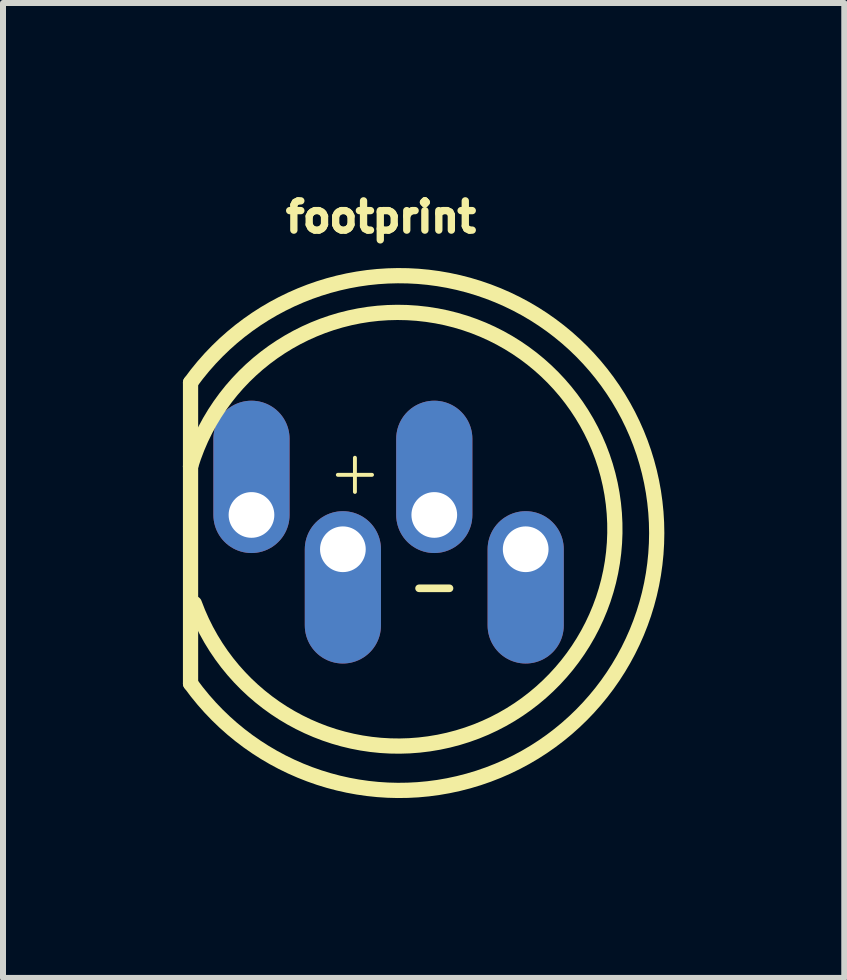
<source format=kicad_pcb>
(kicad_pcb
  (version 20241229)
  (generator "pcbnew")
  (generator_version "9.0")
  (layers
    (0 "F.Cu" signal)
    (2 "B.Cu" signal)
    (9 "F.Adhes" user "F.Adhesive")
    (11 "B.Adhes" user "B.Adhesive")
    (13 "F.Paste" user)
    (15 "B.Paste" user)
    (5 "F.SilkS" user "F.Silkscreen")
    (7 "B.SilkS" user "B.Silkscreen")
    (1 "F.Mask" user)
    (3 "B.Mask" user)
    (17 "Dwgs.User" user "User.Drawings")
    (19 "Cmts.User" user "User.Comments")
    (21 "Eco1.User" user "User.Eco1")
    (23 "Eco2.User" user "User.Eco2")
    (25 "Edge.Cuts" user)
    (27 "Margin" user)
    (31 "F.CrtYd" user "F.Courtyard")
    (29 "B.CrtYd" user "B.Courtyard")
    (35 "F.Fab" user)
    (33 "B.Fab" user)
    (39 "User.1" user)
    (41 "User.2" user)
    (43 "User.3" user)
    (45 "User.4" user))
  (footprint "footprint"
    (layer "F.Cu")
    (at 3.302 6.187)
    (property "Reference" "footprint" (at 0 -5.334 0) (layer "F.SilkS") (effects (font (size 0.488 0.488) (thickness 0.122)) (justify bottom)))
    (fp_poly (pts (xy 1.048 -1.118) (xy 1.19 -1.043) (xy 1.306 -0.924) (xy 1.396 -0.629) (xy 1.369 -0.469) (xy 1.297 -0.33) (xy 1.185 -0.22) (xy 1.044 -0.149) (xy 0.889 -0.126) (xy 0.736 -0.147) (xy 0.595 -0.215) (xy 0.479 -0.326) (xy 0.38 -0.608) (xy 0.402 -0.774) (xy 0.472 -0.921) (xy 0.588 -1.043) (xy 0.884 -1.147)) (stroke (width 0) (type solid)) (fill yes) (layer "F.Mask"))
    (fp_poly (pts (xy -2 -1.118) (xy -1.858 -1.043) (xy -1.742 -0.924) (xy -1.654 -0.634) (xy -1.654 -0.62) (xy -1.679 -0.469) (xy -1.751 -0.33) (xy -1.863 -0.22) (xy -2.004 -0.149) (xy -2.15 -0.128) (xy -2.159 -0.19) (xy -2.167 -0.128) (xy -2.312 -0.147) (xy -2.453 -0.215) (xy -2.569 -0.326) (xy -2.668 -0.608) (xy -2.646 -0.774) (xy -2.576 -0.921) (xy -2.46 -1.043) (xy -2.164 -1.147)) (stroke (width 0) (type solid)) (fill yes) (layer "F.Mask"))
    (fp_poly (pts (xy 2.572 -0.547) (xy 2.714 -0.472) (xy 2.83 -0.352) (xy 2.92 -0.058) (xy 2.893 0.102) (xy 2.821 0.242) (xy 2.709 0.352) (xy 2.568 0.422) (xy 2.413 0.445) (xy 2.26 0.424) (xy 2.119 0.357) (xy 2.003 0.246) (xy 1.909 -0.022) (xy 1.968 -0.043) (xy 1.906 -0.052) (xy 1.926 -0.203) (xy 1.996 -0.35) (xy 2.108 -0.468) (xy 2.251 -0.545) (xy 2.402 -0.573) (xy 2.413 -0.511) (xy 2.424 -0.573)) (stroke (width 0) (type solid)) (fill yes) (layer "F.Mask"))
    (fp_poly (pts (xy -0.476 -0.547) (xy -0.334 -0.472) (xy -0.218 -0.352) (xy -0.13 -0.063) (xy -0.13 -0.048) (xy -0.155 0.102) (xy -0.227 0.242) (xy -0.339 0.352) (xy -0.48 0.422) (xy -0.626 0.444) (xy -0.635 0.381) (xy -0.643 0.444) (xy -0.788 0.424) (xy -0.929 0.357) (xy -1.045 0.246) (xy -1.139 -0.022) (xy -1.08 -0.043) (xy -1.142 -0.052) (xy -1.122 -0.203) (xy -1.052 -0.35) (xy -0.94 -0.468) (xy -0.797 -0.545) (xy -0.646 -0.573) (xy -0.635 -0.511) (xy -0.624 -0.573)) (stroke (width 0) (type solid)) (fill yes) (layer "F.Mask"))
    (fp_poly (pts (xy -1.975 -2.593) (xy -1.803 -2.522) (xy -1.655 -2.409) (xy -1.542 -2.261) (xy -1.471 -2.089) (xy -1.448 -1.912) (xy -1.448 -0.654) (xy -1.471 -0.476) (xy -1.542 -0.304) (xy -1.655 -0.157) (xy -1.803 -0.044) (xy -1.975 0.027) (xy -2.159 0.052) (xy -2.343 0.027) (xy -2.515 -0.044) (xy -2.663 -0.157) (xy -2.78 -0.31) (xy -2.87 -0.647) (xy -2.87 -1.962) (xy -2.849 -2.127) (xy -2.782 -2.286) (xy -2.677 -2.423) (xy -2.535 -2.533) (xy -2.223 -2.616) (xy -2.152 -2.616)) (stroke (width 0) (type solid)) (fill yes) (layer "B.Mask"))
    (fp_poly (pts (xy 1.073 -2.593) (xy 1.245 -2.522) (xy 1.393 -2.409) (xy 1.506 -2.261) (xy 1.577 -2.089) (xy 1.6 -1.912) (xy 1.6 -0.654) (xy 1.577 -0.476) (xy 1.506 -0.304) (xy 1.393 -0.157) (xy 1.245 -0.044) (xy 1.073 0.027) (xy 0.889 0.052) (xy 0.705 0.027) (xy 0.533 -0.044) (xy 0.385 -0.157) (xy 0.268 -0.31) (xy 0.178 -0.647) (xy 0.178 -1.962) (xy 0.199 -2.127) (xy 0.266 -2.286) (xy 0.371 -2.423) (xy 0.513 -2.533) (xy 0.825 -2.616) (xy 0.896 -2.616)) (stroke (width 0) (type solid)) (fill yes) (layer "B.Mask"))
    (fp_poly (pts (xy -0.533 -0.75) (xy -0.451 -0.739) (xy -0.279 -0.667) (xy -0.131 -0.554) (xy -0.018 -0.407) (xy 0.053 -0.235) (xy 0.076 -0.057) (xy 0.076 1.2) (xy 0.053 1.378) (xy -0.018 1.55) (xy -0.131 1.697) (xy -0.279 1.81) (xy -0.451 1.882) (xy -0.635 1.906) (xy -0.819 1.882) (xy -0.991 1.81) (xy -1.139 1.697) (xy -1.256 1.544) (xy -1.346 1.207) (xy -1.346 -0.203) (xy -1.334 -0.203) (xy -1.325 -0.273) (xy -1.258 -0.432) (xy -1.153 -0.569) (xy -1.011 -0.678) (xy -0.699 -0.762) (xy -0.533 -0.762)) (stroke (width 0) (type solid)) (fill yes) (layer "B.Mask"))
    (fp_poly (pts (xy 2.515 -0.775) (xy 2.597 -0.764) (xy 2.769 -0.693) (xy 2.917 -0.58) (xy 3.03 -0.432) (xy 3.101 -0.26) (xy 3.124 -0.083) (xy 3.124 1.175) (xy 3.101 1.353) (xy 3.03 1.524) (xy 2.917 1.672) (xy 2.769 1.785) (xy 2.597 1.856) (xy 2.413 1.88) (xy 2.229 1.856) (xy 2.057 1.785) (xy 1.909 1.672) (xy 1.792 1.519) (xy 1.702 1.182) (xy 1.702 -0.229) (xy 1.714 -0.229) (xy 1.723 -0.298) (xy 1.79 -0.458) (xy 1.895 -0.595) (xy 2.037 -0.704) (xy 2.349 -0.787) (xy 2.515 -0.787)) (stroke (width 0) (type solid)) (fill yes) (layer "B.Mask"))
    (fp_line (start -3.175 -2.857) (end -3.175 -1.46) (stroke (width 0.254) (type solid)) (layer "F.SilkS"))
    (fp_line (start -3.175 -1.46) (end -3.175 2.159) (stroke (width 0.254) (type solid)) (layer "F.SilkS"))
    (fp_line (start 0.635 0.572) (end 1.143 0.572) (stroke (width 0.127) (type solid)) (layer "F.SilkS"))
    (fp_arc (start -3.175 -2.8575) (mid 4.597878 -0.34925) (end -3.175 2.159) (stroke (width 0.254) (type solid)) (layer "F.SilkS"))
    (fp_arc (start -3.175 -1.4605) (mid 3.899029 -0.513117) (end -3.111501 0.8255) (stroke (width 0.254) (type solid)) (layer "F.SilkS"))
    (fp_text user "+" (at -0.94 -0.94 0) (layer "F.SilkS") (effects (font (size 0.748 0.748) (thickness 0.065)) (justify left bottom)))
    (pad "DI" thru_hole oval (at 2.413 -0.079 270) (size 2.54 1.27) (drill 0.762 (offset 0.635 0)) (layers "*.Cu"))
    (pad "DO" thru_hole oval (at -2.159 -0.651 90) (size 2.54 1.27) (drill 0.762 (offset 0.635 0)) (layers "*.Cu"))
    (pad "GND" thru_hole oval (at -0.635 -0.079 270) (size 2.54 1.27) (drill 0.762 (offset 0.635 0)) (layers "*.Cu"))
    (pad "VCC" thru_hole oval (at 0.889 -0.651 90) (size 2.54 1.27) (drill 0.762 (offset 0.635 0)) (layers "*.Cu")))
  (gr_rect
    (start -3 -3)
    (end 11.027 13.256)
    (stroke (width 0.1) (type default))
    (fill no)
    (layer "Edge.Cuts")))
</source>
